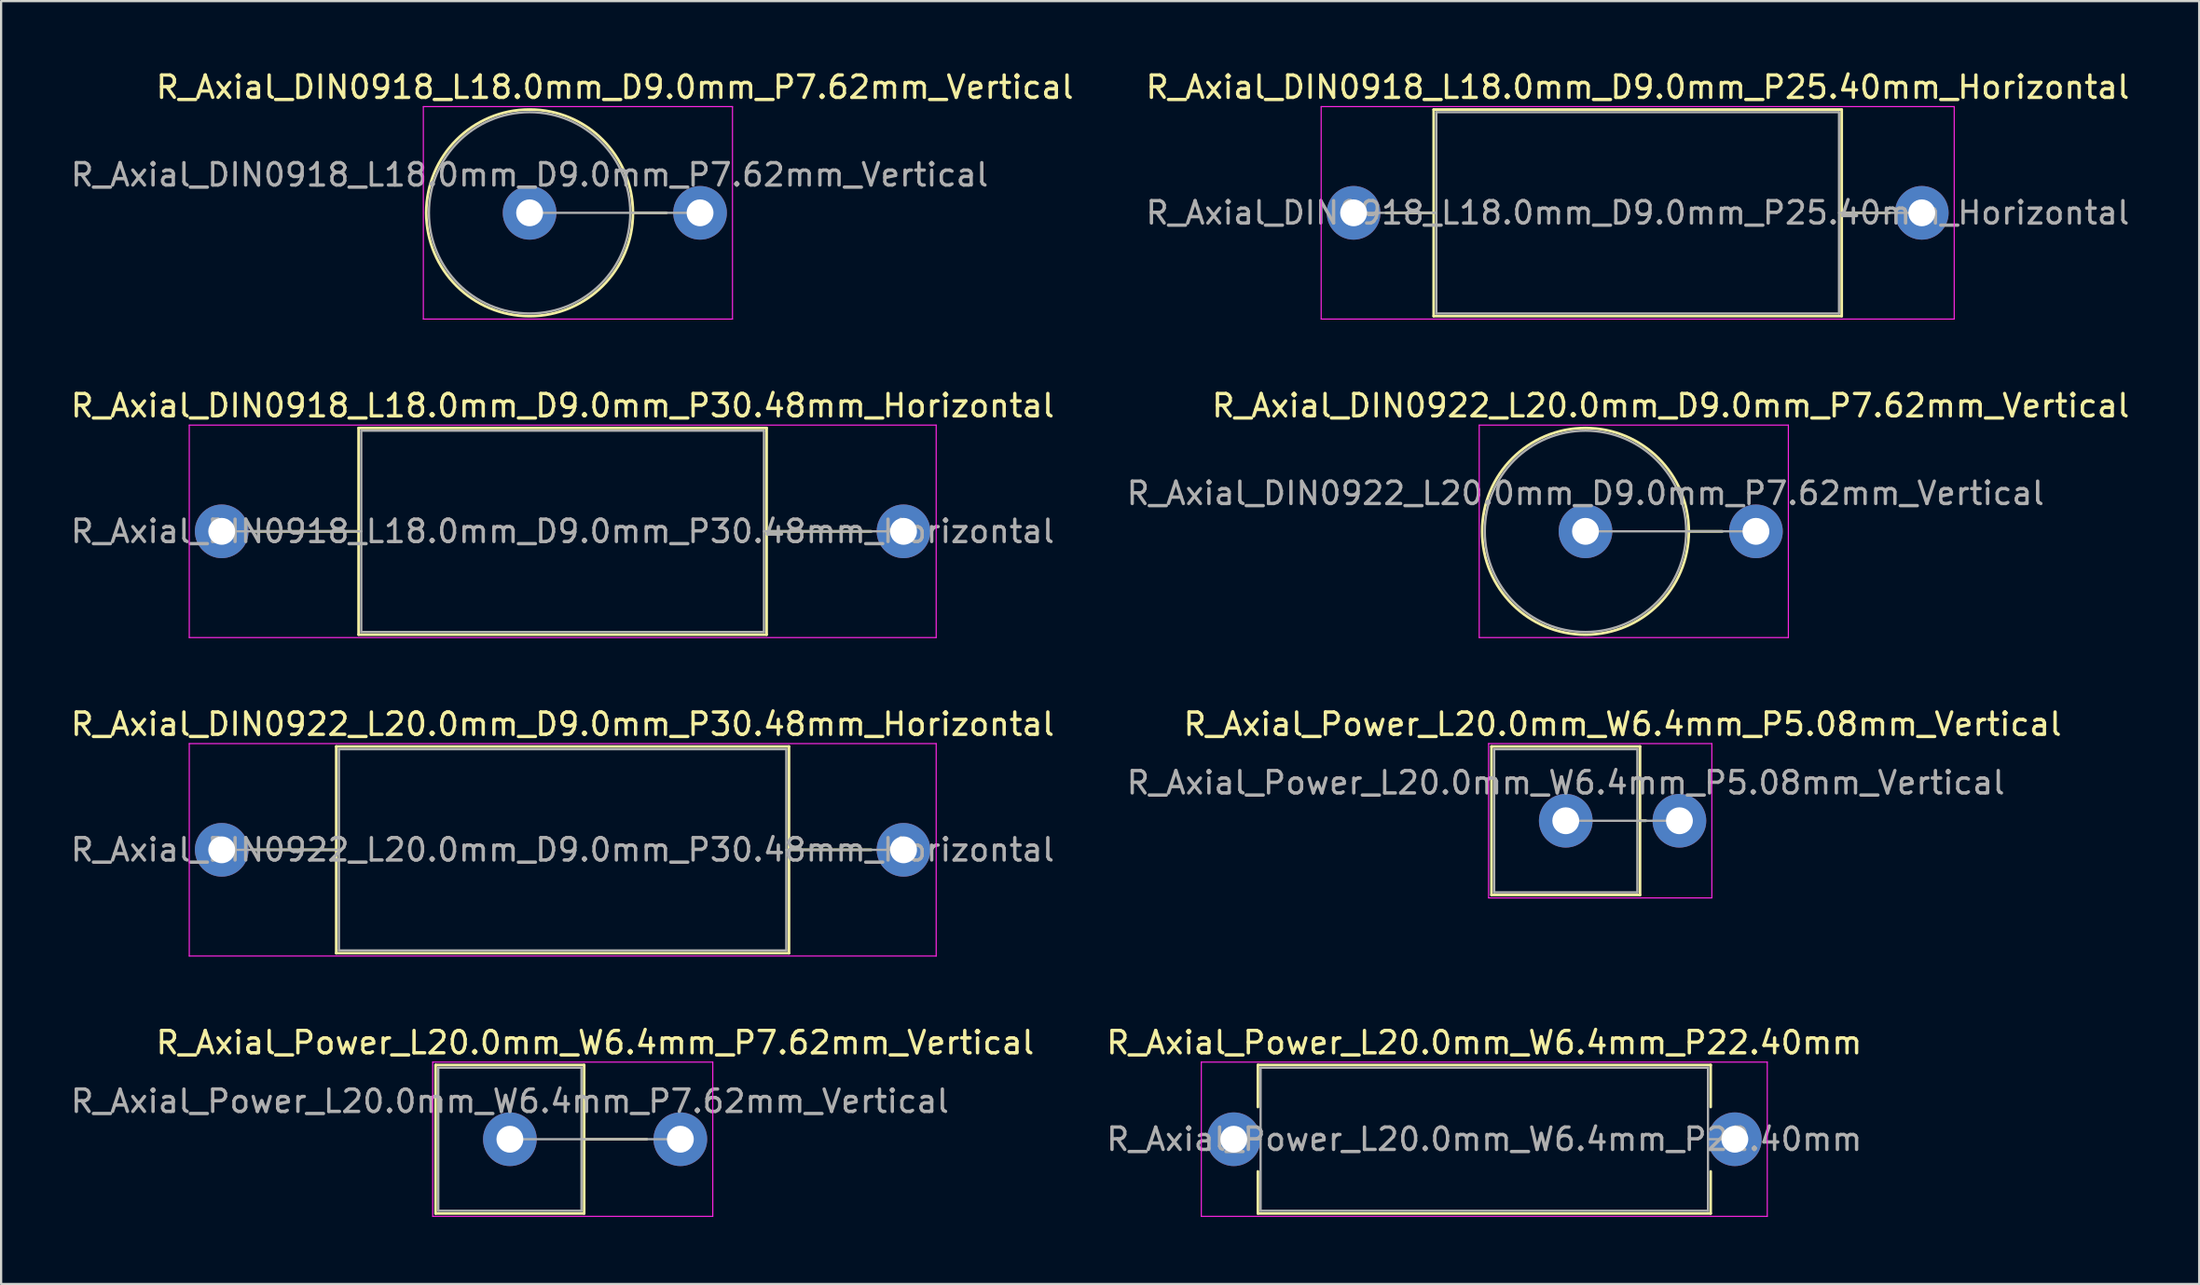
<source format=kicad_pcb>
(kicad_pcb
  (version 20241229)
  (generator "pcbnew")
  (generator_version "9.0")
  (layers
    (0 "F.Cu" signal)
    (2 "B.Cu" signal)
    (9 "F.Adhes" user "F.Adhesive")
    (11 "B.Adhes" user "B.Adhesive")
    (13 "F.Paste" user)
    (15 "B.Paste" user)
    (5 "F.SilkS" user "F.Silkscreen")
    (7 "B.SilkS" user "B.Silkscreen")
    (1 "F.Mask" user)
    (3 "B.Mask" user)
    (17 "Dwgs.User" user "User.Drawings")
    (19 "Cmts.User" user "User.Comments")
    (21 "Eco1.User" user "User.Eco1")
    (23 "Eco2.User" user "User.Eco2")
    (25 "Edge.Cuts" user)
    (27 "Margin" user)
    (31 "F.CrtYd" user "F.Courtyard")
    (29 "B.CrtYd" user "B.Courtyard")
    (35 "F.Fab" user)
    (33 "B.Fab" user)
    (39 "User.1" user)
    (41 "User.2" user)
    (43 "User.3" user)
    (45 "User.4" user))
  (footprint "R_Axial_Power_L20.0mm_W6.4mm_P7.62mm_Vertical"
    (layer "F.Cu")
    (at 19.744 47.898)
    (property "Reference" "R_Axial_Power_L20.0mm_W6.4mm_P7.62mm_Vertical" (at 3.81 -4.32 0) (layer "F.SilkS") (effects (font (size 1 1) (thickness 0.15))))
    (attr through_hole)
    (fp_line (start -3.32 -3.32) (end -3.32 3.32) (stroke (width 0.12) (type solid)) (layer "F.SilkS"))
    (fp_line (start -3.32 3.32) (end 3.32 3.32) (stroke (width 0.12) (type solid)) (layer "F.SilkS"))
    (fp_line (start 3.32 -3.32) (end -3.32 -3.32) (stroke (width 0.12) (type solid)) (layer "F.SilkS"))
    (fp_line (start 3.32 0) (end 6.12 0) (stroke (width 0.12) (type solid)) (layer "F.SilkS"))
    (fp_line (start 3.32 3.32) (end 3.32 -3.32) (stroke (width 0.12) (type solid)) (layer "F.SilkS"))
    (fp_line (start -3.45 -3.45) (end -3.45 3.45) (stroke (width 0.05) (type solid)) (layer "F.CrtYd"))
    (fp_line (start -3.45 3.45) (end 9.07 3.45) (stroke (width 0.05) (type solid)) (layer "F.CrtYd"))
    (fp_line (start 9.07 -3.45) (end -3.45 -3.45) (stroke (width 0.05) (type solid)) (layer "F.CrtYd"))
    (fp_line (start 9.07 3.45) (end 9.07 -3.45) (stroke (width 0.05) (type solid)) (layer "F.CrtYd"))
    (fp_line (start -3.2 -3.2) (end -3.2 3.2) (stroke (width 0.1) (type solid)) (layer "F.Fab"))
    (fp_line (start -3.2 3.2) (end 3.2 3.2) (stroke (width 0.1) (type solid)) (layer "F.Fab"))
    (fp_line (start 0 0) (end 7.62 0) (stroke (width 0.1) (type solid)) (layer "F.Fab"))
    (fp_line (start 3.2 -3.2) (end -3.2 -3.2) (stroke (width 0.1) (type solid)) (layer "F.Fab"))
    (fp_line (start 3.2 3.2) (end 3.2 -3.2) (stroke (width 0.1) (type solid)) (layer "F.Fab"))
    (fp_text user "${REFERENCE}" (at 0 -1.7 0) (layer "F.Fab") (effects (font (size 1 1) (thickness 0.15))))
    (pad "1" thru_hole circle (at 0 0) (size 2.4 2.4) (drill 1.2) (layers "*.Cu" "*.Mask"))
    (pad "2" thru_hole oval (at 7.62 0) (size 2.4 2.4) (drill 1.2) (layers "*.Cu" "*.Mask")))
  (footprint "R_Axial_DIN0918_L18.0mm_D9.0mm_P30.48mm_Horizontal"
    (layer "F.Cu")
    (at 6.861 20.712)
    (property "Reference" "R_Axial_DIN0918_L18.0mm_D9.0mm_P30.48mm_Horizontal" (at 15.24 -5.62 0) (layer "F.SilkS") (effects (font (size 1 1) (thickness 0.15))))
    (attr through_hole)
    (fp_line (start 1.44 0) (end 6.12 0) (stroke (width 0.12) (type solid)) (layer "F.SilkS"))
    (fp_line (start 6.12 -4.62) (end 6.12 4.62) (stroke (width 0.12) (type solid)) (layer "F.SilkS"))
    (fp_line (start 6.12 4.62) (end 24.36 4.62) (stroke (width 0.12) (type solid)) (layer "F.SilkS"))
    (fp_line (start 24.36 -4.62) (end 6.12 -4.62) (stroke (width 0.12) (type solid)) (layer "F.SilkS"))
    (fp_line (start 24.36 4.62) (end 24.36 -4.62) (stroke (width 0.12) (type solid)) (layer "F.SilkS"))
    (fp_line (start 29.04 0) (end 24.36 0) (stroke (width 0.12) (type solid)) (layer "F.SilkS"))
    (fp_line (start -1.45 -4.75) (end -1.45 4.75) (stroke (width 0.05) (type solid)) (layer "F.CrtYd"))
    (fp_line (start -1.45 4.75) (end 31.94 4.75) (stroke (width 0.05) (type solid)) (layer "F.CrtYd"))
    (fp_line (start 31.94 -4.75) (end -1.45 -4.75) (stroke (width 0.05) (type solid)) (layer "F.CrtYd"))
    (fp_line (start 31.94 4.75) (end 31.94 -4.75) (stroke (width 0.05) (type solid)) (layer "F.CrtYd"))
    (fp_line (start 0 0) (end 6.24 0) (stroke (width 0.1) (type solid)) (layer "F.Fab"))
    (fp_line (start 6.24 -4.5) (end 6.24 4.5) (stroke (width 0.1) (type solid)) (layer "F.Fab"))
    (fp_line (start 6.24 4.5) (end 24.24 4.5) (stroke (width 0.1) (type solid)) (layer "F.Fab"))
    (fp_line (start 24.24 -4.5) (end 6.24 -4.5) (stroke (width 0.1) (type solid)) (layer "F.Fab"))
    (fp_line (start 24.24 4.5) (end 24.24 -4.5) (stroke (width 0.1) (type solid)) (layer "F.Fab"))
    (fp_line (start 30.48 0) (end 24.24 0) (stroke (width 0.1) (type solid)) (layer "F.Fab"))
    (fp_text user "${REFERENCE}" (at 15.24 0 0) (layer "F.Fab") (effects (font (size 1 1) (thickness 0.15))))
    (pad "1" thru_hole circle (at 0 0) (size 2.4 2.4) (drill 1.2) (layers "*.Cu" "*.Mask"))
    (pad "2" thru_hole oval (at 30.48 0) (size 2.4 2.4) (drill 1.2) (layers "*.Cu" "*.Mask")))
  (footprint "R_Axial_Power_L20.0mm_W6.4mm_P22.40mm"
    (layer "F.Cu")
    (at 52.104 47.898)
    (property "Reference" "R_Axial_Power_L20.0mm_W6.4mm_P22.40mm" (at 11.2 -4.32 0) (layer "F.SilkS") (effects (font (size 1 1) (thickness 0.15))))
    (attr through_hole)
    (fp_line (start 1.08 -3.32) (end 21.32 -3.32) (stroke (width 0.12) (type solid)) (layer "F.SilkS"))
    (fp_line (start 1.08 -1.44) (end 1.08 -3.32) (stroke (width 0.12) (type solid)) (layer "F.SilkS"))
    (fp_line (start 1.08 1.44) (end 1.08 3.32) (stroke (width 0.12) (type solid)) (layer "F.SilkS"))
    (fp_line (start 1.08 3.32) (end 21.32 3.32) (stroke (width 0.12) (type solid)) (layer "F.SilkS"))
    (fp_line (start 21.32 -3.32) (end 21.32 -1.44) (stroke (width 0.12) (type solid)) (layer "F.SilkS"))
    (fp_line (start 21.32 3.32) (end 21.32 1.44) (stroke (width 0.12) (type solid)) (layer "F.SilkS"))
    (fp_line (start -1.45 -3.45) (end -1.45 3.45) (stroke (width 0.05) (type solid)) (layer "F.CrtYd"))
    (fp_line (start -1.45 3.45) (end 23.85 3.45) (stroke (width 0.05) (type solid)) (layer "F.CrtYd"))
    (fp_line (start 23.85 -3.45) (end -1.45 -3.45) (stroke (width 0.05) (type solid)) (layer "F.CrtYd"))
    (fp_line (start 23.85 3.45) (end 23.85 -3.45) (stroke (width 0.05) (type solid)) (layer "F.CrtYd"))
    (fp_line (start 0 0) (end 1.2 0) (stroke (width 0.1) (type solid)) (layer "F.Fab"))
    (fp_line (start 1.2 -3.2) (end 1.2 3.2) (stroke (width 0.1) (type solid)) (layer "F.Fab"))
    (fp_line (start 1.2 3.2) (end 21.2 3.2) (stroke (width 0.1) (type solid)) (layer "F.Fab"))
    (fp_line (start 21.2 -3.2) (end 1.2 -3.2) (stroke (width 0.1) (type solid)) (layer "F.Fab"))
    (fp_line (start 21.2 3.2) (end 21.2 -3.2) (stroke (width 0.1) (type solid)) (layer "F.Fab"))
    (fp_line (start 22.4 0) (end 21.2 0) (stroke (width 0.1) (type solid)) (layer "F.Fab"))
    (fp_text user "${REFERENCE}" (at 11.2 0 0) (layer "F.Fab") (effects (font (size 1 1) (thickness 0.15))))
    (pad "1" thru_hole circle (at 0 0) (size 2.4 2.4) (drill 1.2) (layers "*.Cu" "*.Mask"))
    (pad "2" thru_hole oval (at 22.4 0) (size 2.4 2.4) (drill 1.2) (layers "*.Cu" "*.Mask")))
  (footprint "R_Axial_DIN0922_L20.0mm_D9.0mm_P7.62mm_Vertical"
    (layer "F.Cu")
    (at 67.827 20.712)
    (property "Reference" "R_Axial_DIN0922_L20.0mm_D9.0mm_P7.62mm_Vertical" (at 3.81 -5.62 0) (layer "F.SilkS") (effects (font (size 1 1) (thickness 0.15))))
    (attr through_hole)
    (fp_line (start 4.62 0) (end 6.12 0) (stroke (width 0.12) (type solid)) (layer "F.SilkS"))
    (fp_circle (center 0 0) (end 4.62 0) (stroke (width 0.12) (type solid)) (fill no) (layer "F.SilkS"))
    (fp_line (start -4.75 -4.75) (end -4.75 4.75) (stroke (width 0.05) (type solid)) (layer "F.CrtYd"))
    (fp_line (start -4.75 4.75) (end 9.07 4.75) (stroke (width 0.05) (type solid)) (layer "F.CrtYd"))
    (fp_line (start 9.07 -4.75) (end -4.75 -4.75) (stroke (width 0.05) (type solid)) (layer "F.CrtYd"))
    (fp_line (start 9.07 4.75) (end 9.07 -4.75) (stroke (width 0.05) (type solid)) (layer "F.CrtYd"))
    (fp_line (start 0 0) (end 7.62 0) (stroke (width 0.1) (type solid)) (layer "F.Fab"))
    (fp_circle (center 0 0) (end 4.5 0) (stroke (width 0.1) (type solid)) (fill no) (layer "F.Fab"))
    (fp_text user "${REFERENCE}" (at 0 -1.7 0) (layer "F.Fab") (effects (font (size 1 1) (thickness 0.15))))
    (pad "1" thru_hole circle (at 0 0) (size 2.4 2.4) (drill 1.2) (layers "*.Cu" "*.Mask"))
    (pad "2" thru_hole oval (at 7.62 0) (size 2.4 2.4) (drill 1.2) (layers "*.Cu" "*.Mask")))
  (footprint "R_Axial_DIN0922_L20.0mm_D9.0mm_P30.48mm_Horizontal"
    (layer "F.Cu")
    (at 6.861 34.955)
    (property "Reference" "R_Axial_DIN0922_L20.0mm_D9.0mm_P30.48mm_Horizontal" (at 15.24 -5.62 0) (layer "F.SilkS") (effects (font (size 1 1) (thickness 0.15))))
    (attr through_hole)
    (fp_line (start 1.44 0) (end 5.12 0) (stroke (width 0.12) (type solid)) (layer "F.SilkS"))
    (fp_line (start 5.12 -4.62) (end 5.12 4.62) (stroke (width 0.12) (type solid)) (layer "F.SilkS"))
    (fp_line (start 5.12 4.62) (end 25.36 4.62) (stroke (width 0.12) (type solid)) (layer "F.SilkS"))
    (fp_line (start 25.36 -4.62) (end 5.12 -4.62) (stroke (width 0.12) (type solid)) (layer "F.SilkS"))
    (fp_line (start 25.36 4.62) (end 25.36 -4.62) (stroke (width 0.12) (type solid)) (layer "F.SilkS"))
    (fp_line (start 29.04 0) (end 25.36 0) (stroke (width 0.12) (type solid)) (layer "F.SilkS"))
    (fp_line (start -1.45 -4.75) (end -1.45 4.75) (stroke (width 0.05) (type solid)) (layer "F.CrtYd"))
    (fp_line (start -1.45 4.75) (end 31.94 4.75) (stroke (width 0.05) (type solid)) (layer "F.CrtYd"))
    (fp_line (start 31.94 -4.75) (end -1.45 -4.75) (stroke (width 0.05) (type solid)) (layer "F.CrtYd"))
    (fp_line (start 31.94 4.75) (end 31.94 -4.75) (stroke (width 0.05) (type solid)) (layer "F.CrtYd"))
    (fp_line (start 0 0) (end 5.24 0) (stroke (width 0.1) (type solid)) (layer "F.Fab"))
    (fp_line (start 5.24 -4.5) (end 5.24 4.5) (stroke (width 0.1) (type solid)) (layer "F.Fab"))
    (fp_line (start 5.24 4.5) (end 25.24 4.5) (stroke (width 0.1) (type solid)) (layer "F.Fab"))
    (fp_line (start 25.24 -4.5) (end 5.24 -4.5) (stroke (width 0.1) (type solid)) (layer "F.Fab"))
    (fp_line (start 25.24 4.5) (end 25.24 -4.5) (stroke (width 0.1) (type solid)) (layer "F.Fab"))
    (fp_line (start 30.48 0) (end 25.24 0) (stroke (width 0.1) (type solid)) (layer "F.Fab"))
    (fp_text user "${REFERENCE}" (at 15.24 0 0) (layer "F.Fab") (effects (font (size 1 1) (thickness 0.15))))
    (pad "1" thru_hole circle (at 0 0) (size 2.4 2.4) (drill 1.2) (layers "*.Cu" "*.Mask"))
    (pad "2" thru_hole oval (at 30.48 0) (size 2.4 2.4) (drill 1.2) (layers "*.Cu" "*.Mask")))
  (footprint "R_Axial_Power_L20.0mm_W6.4mm_P5.08mm_Vertical"
    (layer "F.Cu")
    (at 66.946 33.655)
    (property "Reference" "R_Axial_Power_L20.0mm_W6.4mm_P5.08mm_Vertical" (at 2.54 -4.32 0) (layer "F.SilkS") (effects (font (size 1 1) (thickness 0.15))))
    (attr through_hole)
    (fp_line (start -3.32 -3.32) (end -3.32 3.32) (stroke (width 0.12) (type solid)) (layer "F.SilkS"))
    (fp_line (start -3.32 3.32) (end 3.32 3.32) (stroke (width 0.12) (type solid)) (layer "F.SilkS"))
    (fp_line (start 3.32 -3.32) (end -3.32 -3.32) (stroke (width 0.12) (type solid)) (layer "F.SilkS"))
    (fp_line (start 3.32 0) (end 3.58 0) (stroke (width 0.12) (type solid)) (layer "F.SilkS"))
    (fp_line (start 3.32 3.32) (end 3.32 -3.32) (stroke (width 0.12) (type solid)) (layer "F.SilkS"))
    (fp_line (start -3.45 -3.45) (end -3.45 3.45) (stroke (width 0.05) (type solid)) (layer "F.CrtYd"))
    (fp_line (start -3.45 3.45) (end 6.53 3.45) (stroke (width 0.05) (type solid)) (layer "F.CrtYd"))
    (fp_line (start 6.53 -3.45) (end -3.45 -3.45) (stroke (width 0.05) (type solid)) (layer "F.CrtYd"))
    (fp_line (start 6.53 3.45) (end 6.53 -3.45) (stroke (width 0.05) (type solid)) (layer "F.CrtYd"))
    (fp_line (start -3.2 -3.2) (end -3.2 3.2) (stroke (width 0.1) (type solid)) (layer "F.Fab"))
    (fp_line (start -3.2 3.2) (end 3.2 3.2) (stroke (width 0.1) (type solid)) (layer "F.Fab"))
    (fp_line (start 0 0) (end 5.08 0) (stroke (width 0.1) (type solid)) (layer "F.Fab"))
    (fp_line (start 3.2 -3.2) (end -3.2 -3.2) (stroke (width 0.1) (type solid)) (layer "F.Fab"))
    (fp_line (start 3.2 3.2) (end 3.2 -3.2) (stroke (width 0.1) (type solid)) (layer "F.Fab"))
    (fp_text user "${REFERENCE}" (at 0 -1.7 0) (layer "F.Fab") (effects (font (size 1 1) (thickness 0.15))))
    (pad "1" thru_hole circle (at 0 0) (size 2.4 2.4) (drill 1.2) (layers "*.Cu" "*.Mask"))
    (pad "2" thru_hole oval (at 5.08 0) (size 2.4 2.4) (drill 1.2) (layers "*.Cu" "*.Mask")))
  (footprint "R_Axial_DIN0918_L18.0mm_D9.0mm_P25.40mm_Horizontal"
    (layer "F.Cu")
    (at 57.461 6.468)
    (property "Reference" "R_Axial_DIN0918_L18.0mm_D9.0mm_P25.40mm_Horizontal" (at 12.7 -5.62 0) (layer "F.SilkS") (effects (font (size 1 1) (thickness 0.15))))
    (attr through_hole)
    (fp_line (start 1.44 0) (end 3.58 0) (stroke (width 0.12) (type solid)) (layer "F.SilkS"))
    (fp_line (start 3.58 -4.62) (end 3.58 4.62) (stroke (width 0.12) (type solid)) (layer "F.SilkS"))
    (fp_line (start 3.58 4.62) (end 21.82 4.62) (stroke (width 0.12) (type solid)) (layer "F.SilkS"))
    (fp_line (start 21.82 -4.62) (end 3.58 -4.62) (stroke (width 0.12) (type solid)) (layer "F.SilkS"))
    (fp_line (start 21.82 4.62) (end 21.82 -4.62) (stroke (width 0.12) (type solid)) (layer "F.SilkS"))
    (fp_line (start 23.96 0) (end 21.82 0) (stroke (width 0.12) (type solid)) (layer "F.SilkS"))
    (fp_line (start -1.45 -4.75) (end -1.45 4.75) (stroke (width 0.05) (type solid)) (layer "F.CrtYd"))
    (fp_line (start -1.45 4.75) (end 26.85 4.75) (stroke (width 0.05) (type solid)) (layer "F.CrtYd"))
    (fp_line (start 26.85 -4.75) (end -1.45 -4.75) (stroke (width 0.05) (type solid)) (layer "F.CrtYd"))
    (fp_line (start 26.85 4.75) (end 26.85 -4.75) (stroke (width 0.05) (type solid)) (layer "F.CrtYd"))
    (fp_line (start 0 0) (end 3.7 0) (stroke (width 0.1) (type solid)) (layer "F.Fab"))
    (fp_line (start 3.7 -4.5) (end 3.7 4.5) (stroke (width 0.1) (type solid)) (layer "F.Fab"))
    (fp_line (start 3.7 4.5) (end 21.7 4.5) (stroke (width 0.1) (type solid)) (layer "F.Fab"))
    (fp_line (start 21.7 -4.5) (end 3.7 -4.5) (stroke (width 0.1) (type solid)) (layer "F.Fab"))
    (fp_line (start 21.7 4.5) (end 21.7 -4.5) (stroke (width 0.1) (type solid)) (layer "F.Fab"))
    (fp_line (start 25.4 0) (end 21.7 0) (stroke (width 0.1) (type solid)) (layer "F.Fab"))
    (fp_text user "${REFERENCE}" (at 12.7 0 0) (layer "F.Fab") (effects (font (size 1 1) (thickness 0.15))))
    (pad "1" thru_hole circle (at 0 0) (size 2.4 2.4) (drill 1.2) (layers "*.Cu" "*.Mask"))
    (pad "2" thru_hole oval (at 25.4 0) (size 2.4 2.4) (drill 1.2) (layers "*.Cu" "*.Mask")))
  (footprint "R_Axial_DIN0918_L18.0mm_D9.0mm_P7.62mm_Vertical"
    (layer "F.Cu")
    (at 20.625 6.468)
    (property "Reference" "R_Axial_DIN0918_L18.0mm_D9.0mm_P7.62mm_Vertical" (at 3.81 -5.62 0) (layer "F.SilkS") (effects (font (size 1 1) (thickness 0.15))))
    (attr through_hole)
    (fp_line (start 4.62 0) (end 6.12 0) (stroke (width 0.12) (type solid)) (layer "F.SilkS"))
    (fp_circle (center 0 0) (end 4.62 0) (stroke (width 0.12) (type solid)) (fill no) (layer "F.SilkS"))
    (fp_line (start -4.75 -4.75) (end -4.75 4.75) (stroke (width 0.05) (type solid)) (layer "F.CrtYd"))
    (fp_line (start -4.75 4.75) (end 9.07 4.75) (stroke (width 0.05) (type solid)) (layer "F.CrtYd"))
    (fp_line (start 9.07 -4.75) (end -4.75 -4.75) (stroke (width 0.05) (type solid)) (layer "F.CrtYd"))
    (fp_line (start 9.07 4.75) (end 9.07 -4.75) (stroke (width 0.05) (type solid)) (layer "F.CrtYd"))
    (fp_line (start 0 0) (end 7.62 0) (stroke (width 0.1) (type solid)) (layer "F.Fab"))
    (fp_circle (center 0 0) (end 4.5 0) (stroke (width 0.1) (type solid)) (fill no) (layer "F.Fab"))
    (fp_text user "${REFERENCE}" (at 0 -1.7 0) (layer "F.Fab") (effects (font (size 1 1) (thickness 0.15))))
    (pad "1" thru_hole circle (at 0 0) (size 2.4 2.4) (drill 1.2) (layers "*.Cu" "*.Mask"))
    (pad "2" thru_hole oval (at 7.62 0) (size 2.4 2.4) (drill 1.2) (layers "*.Cu" "*.Mask")))
  (gr_rect
    (start -3 -3)
    (end 95.262 54.373)
    (stroke (width 0.1) (type default))
    (fill no)
    (layer "Edge.Cuts")))
</source>
